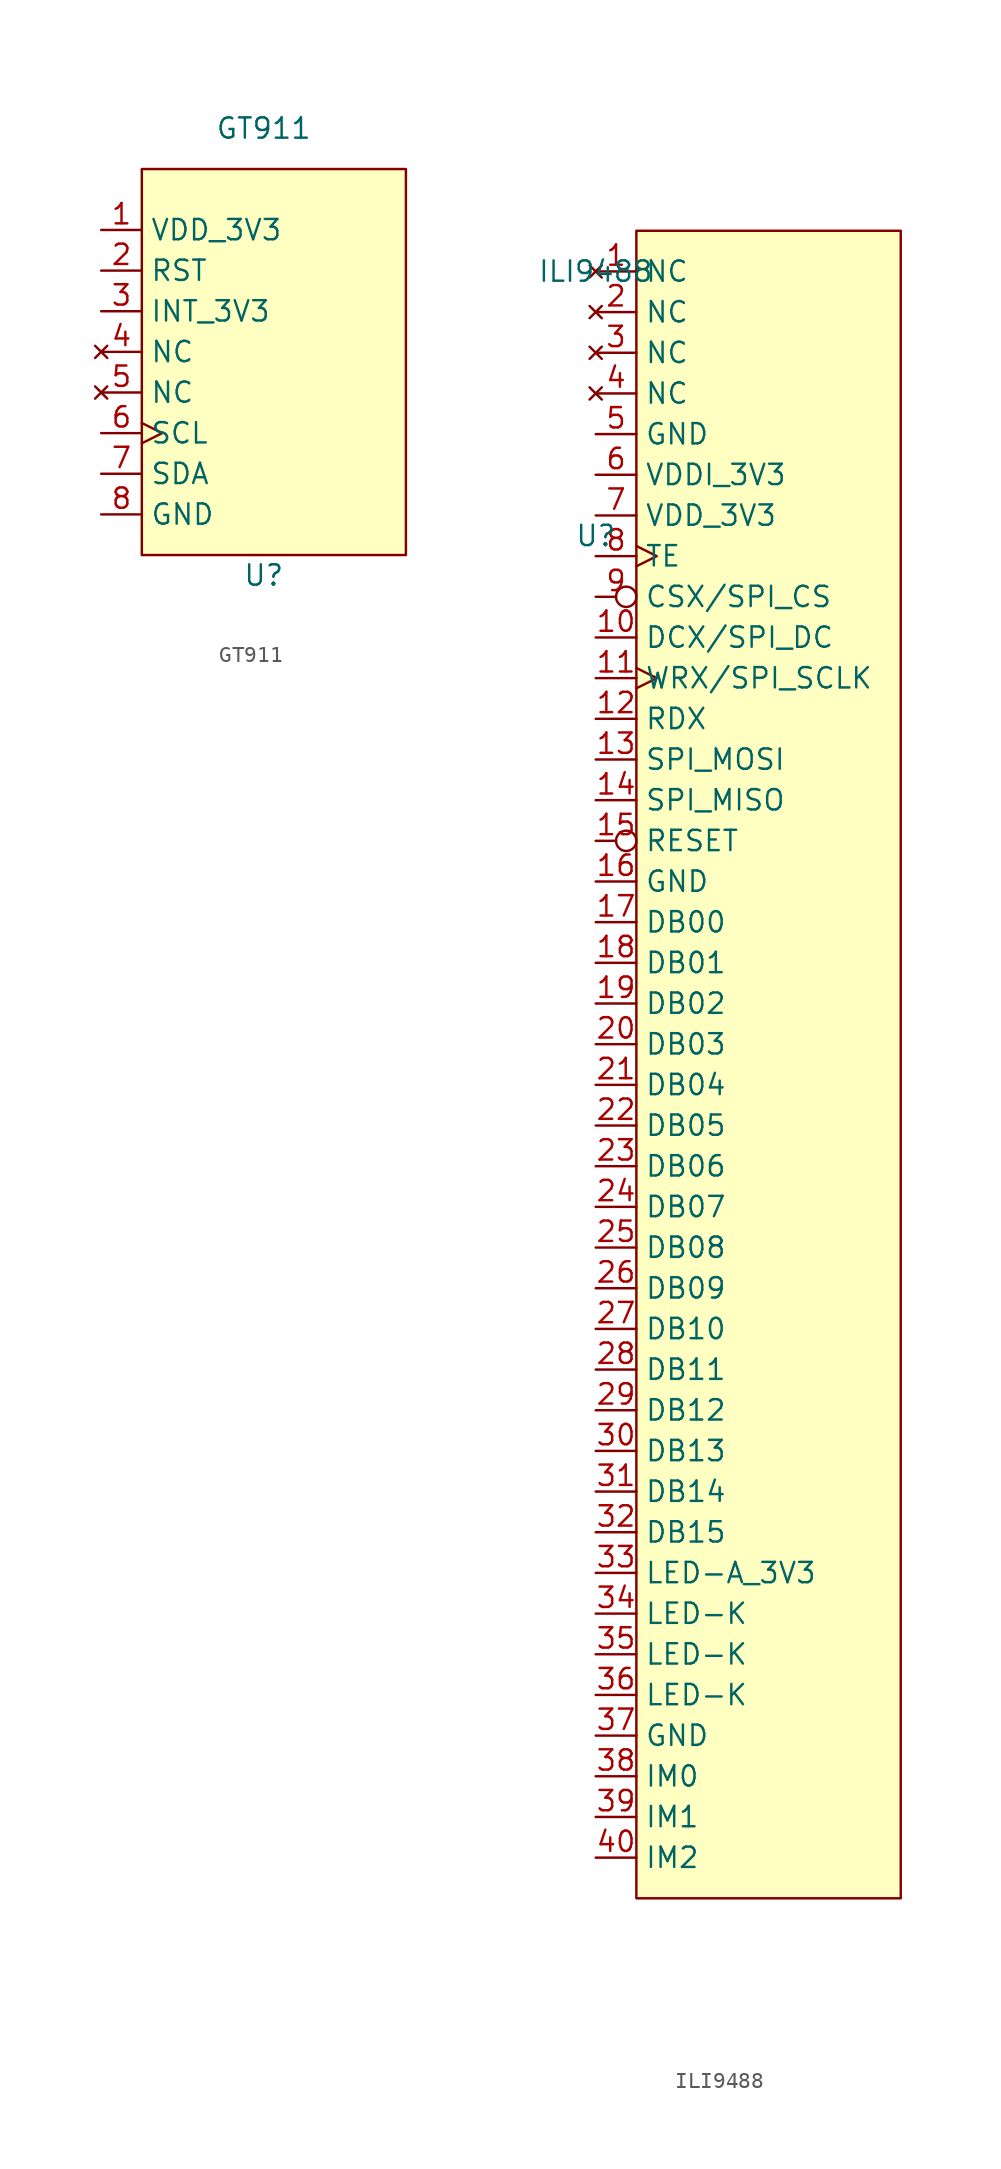
<source format=kicad_sym>
(kicad_symbol_lib
  (version 20220914)
  (generator kicad_symbol_editor)
  (symbol "GT911"
    (property "Reference" "U"
      (at 0 -13.97 0)
      (effects (font (size 1.27 1.27))))
    (property "Value" "GT911"
      (at 0 13.97 0)
      (effects (font (size 1.27 1.27))))
    (symbol "GT911_0_0"
      (pin power_in line (at -10.16 7.62 0) (length 2.54) (name "VDD_3V3" (effects (font (size 1.27 1.27)))) (number "1" (effects (font (size 1.27 1.27)))))
      (pin input line (at -10.16 5.08 0) (length 2.54) (name "RST" (effects (font (size 1.27 1.27)))) (number "2" (effects (font (size 1.27 1.27)))))
      (pin output line (at -10.16 2.54 0) (length 2.54) (name "INT_3V3" (effects (font (size 1.27 1.27)))) (number "3" (effects (font (size 1.27 1.27)))))
      (pin no_connect line (at -10.16 0 0) (length 2.54) (name "NC" (effects (font (size 1.27 1.27)))) (number "4" (effects (font (size 1.27 1.27)))))
      (pin no_connect line (at -10.16 -2.54 0) (length 2.54) (name "NC" (effects (font (size 1.27 1.27)))) (number "5" (effects (font (size 1.27 1.27)))))
      (pin input clock (at -10.16 -5.08 0) (length 2.54) (name "SCL" (effects (font (size 1.27 1.27)))) (number "6" (effects (font (size 1.27 1.27)))))
      (pin bidirectional line (at -10.16 -7.62 0) (length 2.54) (name "SDA" (effects (font (size 1.27 1.27)))) (number "7" (effects (font (size 1.27 1.27)))))
      (pin power_in line (at -10.16 -10.16 0) (length 2.54) (name "GND" (effects (font (size 1.27 1.27)))) (number "8" (effects (font (size 1.27 1.27))))))
    (symbol "GT911_1_1"
      (rectangle (start -7.62 11.43) (end 8.89 -12.7) (stroke (width 0) (type default)) (fill (type background)))))
  (symbol "ILI9488"
    (property "Reference" "U"
      (at -12.7 33.02 0)
      (effects (font (size 1.27 1.27))))
    (property "Value" "ILI9488"
      (at -12.7 49.53 0)
      (effects (font (size 1.27 1.27))))
    (symbol "ILI9488_1_0"
      (pin no_connect line (at -12.7 49.53 0) (length 2.54) (name "NC" (effects (font (size 1.27 1.27)))) (number "1" (effects (font (size 1.27 1.27)))))
      (pin input line (at -12.7 26.67 0) (length 2.54) (name "DCX/SPI_DC" (effects (font (size 1.27 1.27)))) (number "10" (effects (font (size 1.27 1.27)))))
      (pin input clock (at -12.7 24.13 0) (length 2.54) (name "WRX/SPI_SCLK" (effects (font (size 1.27 1.27)))) (number "11" (effects (font (size 1.27 1.27)))))
      (pin input line (at -12.7 21.59 0) (length 2.54) (name "RDX" (effects (font (size 1.27 1.27)))) (number "12" (effects (font (size 1.27 1.27)))))
      (pin input line (at -12.7 19.05 0) (length 2.54) (name "SPI_MOSI" (effects (font (size 1.27 1.27)))) (number "13" (effects (font (size 1.27 1.27)))))
      (pin output line (at -12.7 16.51 0) (length 2.54) (name "SPI_MISO" (effects (font (size 1.27 1.27)))) (number "14" (effects (font (size 1.27 1.27)))))
      (pin input inverted (at -12.7 13.97 0) (length 2.54) (name "RESET" (effects (font (size 1.27 1.27)))) (number "15" (effects (font (size 1.27 1.27)))))
      (pin power_in line (at -12.7 11.43 0) (length 2.54) (name "GND" (effects (font (size 1.27 1.27)))) (number "16" (effects (font (size 1.27 1.27)))))
      (pin input line (at -12.7 8.89 0) (length 2.54) (name "DB00" (effects (font (size 1.27 1.27)))) (number "17" (effects (font (size 1.27 1.27)))))
      (pin input line (at -12.7 6.35 0) (length 2.54) (name "DB01" (effects (font (size 1.27 1.27)))) (number "18" (effects (font (size 1.27 1.27)))))
      (pin input line (at -12.7 3.81 0) (length 2.54) (name "DB02" (effects (font (size 1.27 1.27)))) (number "19" (effects (font (size 1.27 1.27)))))
      (pin no_connect line (at -12.7 46.99 0) (length 2.54) (name "NC" (effects (font (size 1.27 1.27)))) (number "2" (effects (font (size 1.27 1.27)))))
      (pin input line (at -12.7 1.27 0) (length 2.54) (name "DB03" (effects (font (size 1.27 1.27)))) (number "20" (effects (font (size 1.27 1.27)))))
      (pin input line (at -12.7 -1.27 0) (length 2.54) (name "DB04" (effects (font (size 1.27 1.27)))) (number "21" (effects (font (size 1.27 1.27)))))
      (pin input line (at -12.7 -3.81 0) (length 2.54) (name "DB05" (effects (font (size 1.27 1.27)))) (number "22" (effects (font (size 1.27 1.27)))))
      (pin input line (at -12.7 -6.35 0) (length 2.54) (name "DB06" (effects (font (size 1.27 1.27)))) (number "23" (effects (font (size 1.27 1.27)))))
      (pin input line (at -12.7 -8.89 0) (length 2.54) (name "DB07" (effects (font (size 1.27 1.27)))) (number "24" (effects (font (size 1.27 1.27)))))
      (pin input line (at -12.7 -11.43 0) (length 2.54) (name "DB08" (effects (font (size 1.27 1.27)))) (number "25" (effects (font (size 1.27 1.27)))))
      (pin input line (at -12.7 -13.97 0) (length 2.54) (name "DB09" (effects (font (size 1.27 1.27)))) (number "26" (effects (font (size 1.27 1.27)))))
      (pin input line (at -12.7 -16.51 0) (length 2.54) (name "DB10" (effects (font (size 1.27 1.27)))) (number "27" (effects (font (size 1.27 1.27)))))
      (pin input line (at -12.7 -19.05 0) (length 2.54) (name "DB11" (effects (font (size 1.27 1.27)))) (number "28" (effects (font (size 1.27 1.27)))))
      (pin input line (at -12.7 -21.59 0) (length 2.54) (name "DB12" (effects (font (size 1.27 1.27)))) (number "29" (effects (font (size 1.27 1.27)))))
      (pin no_connect line (at -12.7 44.45 0) (length 2.54) (name "NC" (effects (font (size 1.27 1.27)))) (number "3" (effects (font (size 1.27 1.27)))))
      (pin input line (at -12.7 -24.13 0) (length 2.54) (name "DB13" (effects (font (size 1.27 1.27)))) (number "30" (effects (font (size 1.27 1.27)))))
      (pin input line (at -12.7 -26.67 0) (length 2.54) (name "DB14" (effects (font (size 1.27 1.27)))) (number "31" (effects (font (size 1.27 1.27)))))
      (pin input line (at -12.7 -29.21 0) (length 2.54) (name "DB15" (effects (font (size 1.27 1.27)))) (number "32" (effects (font (size 1.27 1.27)))))
      (pin power_in line (at -12.7 -31.75 0) (length 2.54) (name "LED-A_3V3" (effects (font (size 1.27 1.27)))) (number "33" (effects (font (size 1.27 1.27)))))
      (pin power_in line (at -12.7 -34.29 0) (length 2.54) (name "LED-K" (effects (font (size 1.27 1.27)))) (number "34" (effects (font (size 1.27 1.27)))))
      (pin power_in line (at -12.7 -36.83 0) (length 2.54) (name "LED-K" (effects (font (size 1.27 1.27)))) (number "35" (effects (font (size 1.27 1.27)))))
      (pin power_in line (at -12.7 -39.37 0) (length 2.54) (name "LED-K" (effects (font (size 1.27 1.27)))) (number "36" (effects (font (size 1.27 1.27)))))
      (pin power_in line (at -12.7 -41.91 0) (length 2.54) (name "GND" (effects (font (size 1.27 1.27)))) (number "37" (effects (font (size 1.27 1.27)))))
      (pin input line (at -12.7 -44.45 0) (length 2.54) (name "IM0" (effects (font (size 1.27 1.27)))) (number "38" (effects (font (size 1.27 1.27)))))
      (pin input line (at -12.7 -46.99 0) (length 2.54) (name "IM1" (effects (font (size 1.27 1.27)))) (number "39" (effects (font (size 1.27 1.27)))))
      (pin no_connect line (at -12.7 41.91 0) (length 2.54) (name "NC" (effects (font (size 1.27 1.27)))) (number "4" (effects (font (size 1.27 1.27)))))
      (pin input line (at -12.7 -49.53 0) (length 2.54) (name "IM2" (effects (font (size 1.27 1.27)))) (number "40" (effects (font (size 1.27 1.27)))))
      (pin power_in line (at -12.7 39.37 0) (length 2.54) (name "GND" (effects (font (size 1.27 1.27)))) (number "5" (effects (font (size 1.27 1.27)))))
      (pin power_in line (at -12.7 36.83 0) (length 2.54) (name "VDDI_3V3" (effects (font (size 1.27 1.27)))) (number "6" (effects (font (size 1.27 1.27)))))
      (pin power_in line (at -12.7 34.29 0) (length 2.54) (name "VDD_3V3" (effects (font (size 1.27 1.27)))) (number "7" (effects (font (size 1.27 1.27)))))
      (pin input clock (at -12.7 31.75 0) (length 2.54) (name "TE" (effects (font (size 1.27 1.27)))) (number "8" (effects (font (size 1.27 1.27)))))
      (pin input inverted (at -12.7 29.21 0) (length 2.54) (name "CSX/SPI_CS" (effects (font (size 1.27 1.27)))) (number "9" (effects (font (size 1.27 1.27))))))
    (symbol "ILI9488_1_1"
      (rectangle (start -10.16 52.07) (end 6.35 -52.07) (stroke (width 0) (type default)) (fill (type background))))))
</source>
